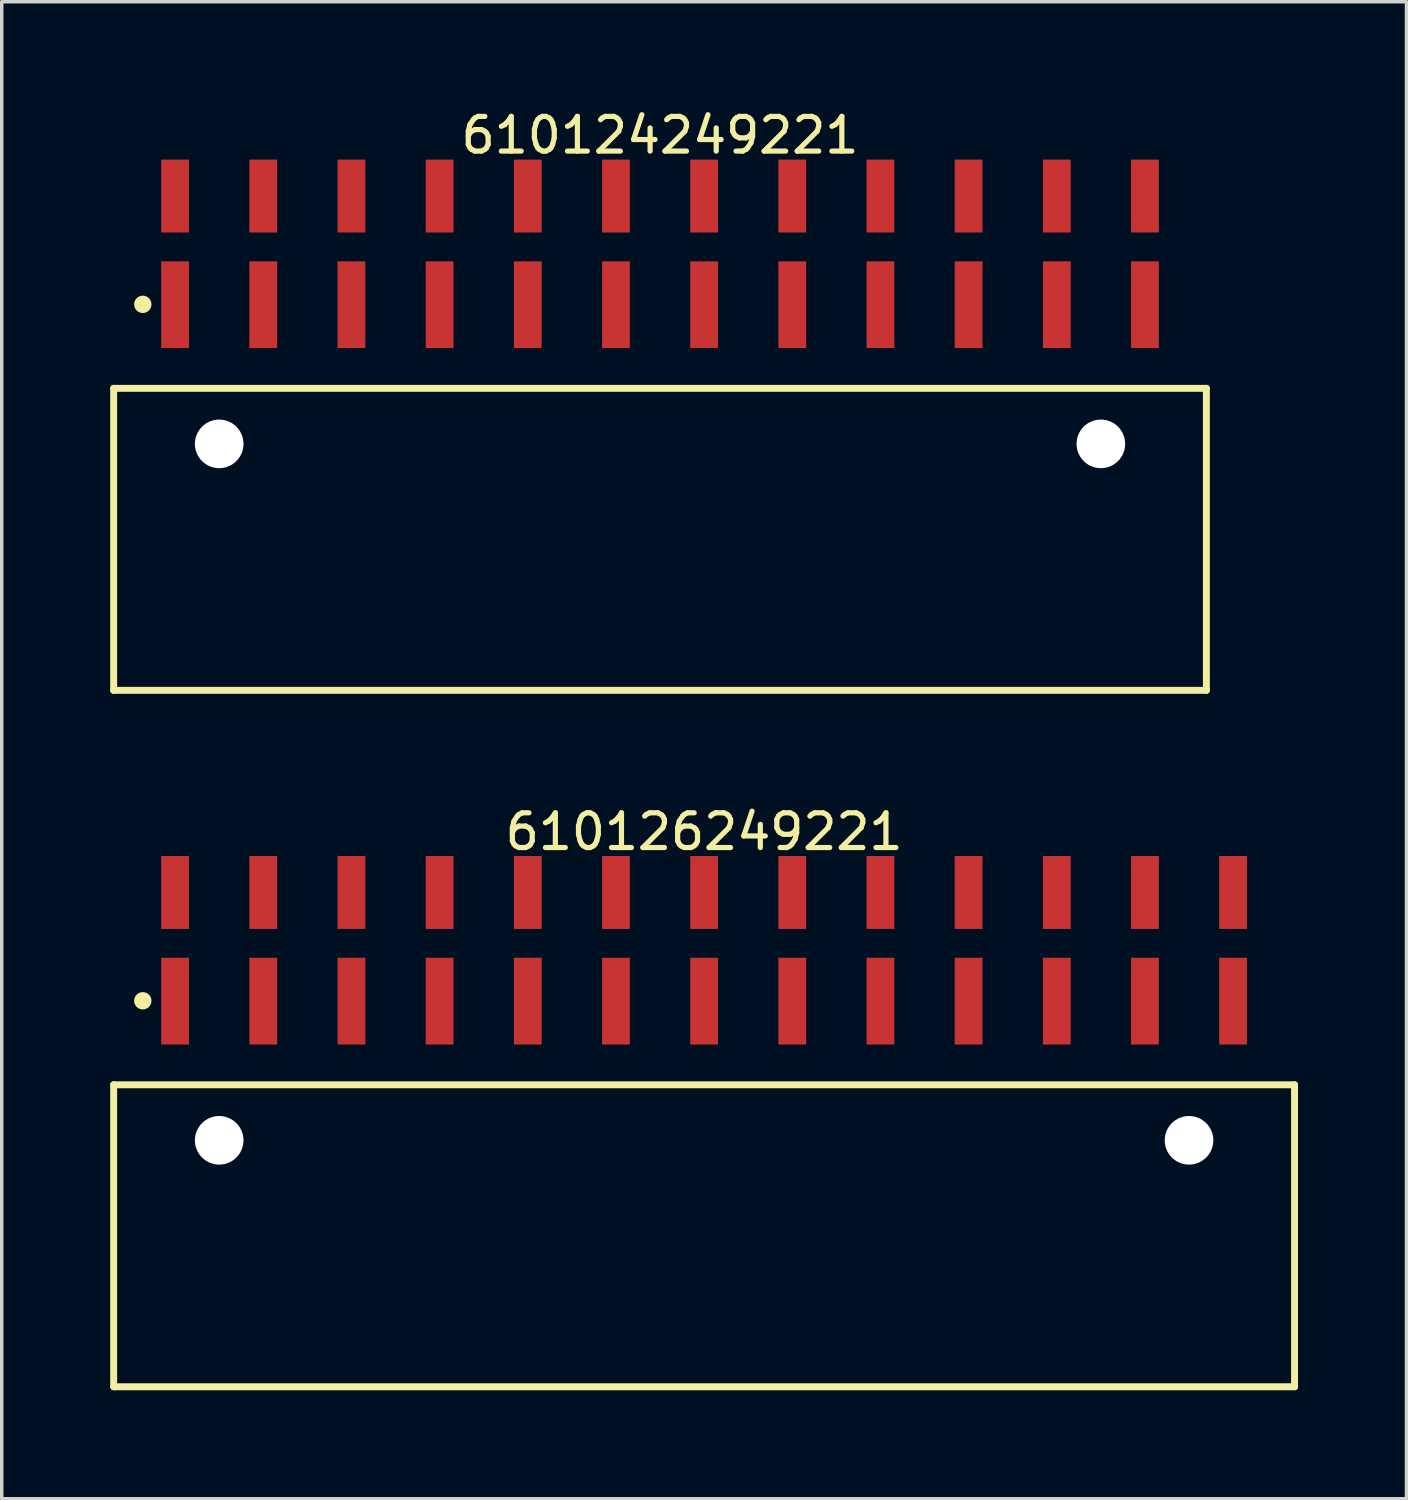
<source format=kicad_pcb>
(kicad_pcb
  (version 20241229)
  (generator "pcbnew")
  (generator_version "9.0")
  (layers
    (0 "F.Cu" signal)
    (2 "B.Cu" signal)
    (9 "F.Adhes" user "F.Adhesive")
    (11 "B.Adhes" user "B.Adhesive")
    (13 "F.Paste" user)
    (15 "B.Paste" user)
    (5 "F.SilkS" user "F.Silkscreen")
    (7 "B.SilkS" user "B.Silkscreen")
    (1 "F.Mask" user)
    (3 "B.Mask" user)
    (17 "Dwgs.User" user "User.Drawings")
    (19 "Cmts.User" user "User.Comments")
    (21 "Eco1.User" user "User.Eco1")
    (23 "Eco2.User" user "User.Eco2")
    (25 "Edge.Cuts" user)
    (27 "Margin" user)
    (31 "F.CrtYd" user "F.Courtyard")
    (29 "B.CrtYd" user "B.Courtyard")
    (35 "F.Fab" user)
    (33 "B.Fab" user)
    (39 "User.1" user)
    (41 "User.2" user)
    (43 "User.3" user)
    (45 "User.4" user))
  (footprint "610126249221"
    (layer "F.Cu")
    (at 17.235 32.552)
    (property "Reference" "610126249221" (at 0 -11.64 0) (layer "F.SilkS") (effects (font (size 1 1) (thickness 0.15))))
    (fp_line (start -17.01 -4.35) (end 17.01 -4.35) (stroke (width 0.2) (type solid)) (layer "F.SilkS"))
    (fp_line (start -17.01 4.35) (end -17.01 -4.35) (stroke (width 0.2) (type solid)) (layer "F.SilkS"))
    (fp_line (start -17.01 4.35) (end 17.01 4.35) (stroke (width 0.2) (type solid)) (layer "F.SilkS"))
    (fp_line (start 17.01 4.35) (end 17.01 -4.35) (stroke (width 0.2) (type solid)) (layer "F.SilkS"))
    (fp_circle (center -16.171 -6.77) (end -16.171 -6.895) (stroke (width 0.25) (type solid)) (fill no) (layer "F.SilkS"))
    (fp_line (start -17.21 -11.14) (end 17.21 -11.14) (stroke (width 0.05) (type solid)) (layer "Eco2.User"))
    (fp_line (start -17.21 4.55) (end -17.21 -11.14) (stroke (width 0.05) (type solid)) (layer "Eco2.User"))
    (fp_line (start -17.21 4.55) (end 17.21 4.55) (stroke (width 0.05) (type solid)) (layer "Eco2.User"))
    (fp_line (start -16.76 -4.25) (end 16.76 -4.25) (stroke (width 0.1) (type solid)) (layer "Eco2.User"))
    (fp_line (start -16.76 4.25) (end -16.76 -4.25) (stroke (width 0.1) (type solid)) (layer "Eco2.User"))
    (fp_line (start -16.76 4.25) (end 16.76 4.25) (stroke (width 0.1) (type solid)) (layer "Eco2.User"))
    (fp_line (start -15.56 -10.44) (end -14.92 -10.44) (stroke (width 0.1) (type solid)) (layer "Eco2.User"))
    (fp_line (start -15.56 -7.49) (end -14.92 -7.49) (stroke (width 0.1) (type solid)) (layer "Eco2.User"))
    (fp_line (start -15.56 -4.25) (end -15.56 -10.44) (stroke (width 0.1) (type solid)) (layer "Eco2.User"))
    (fp_line (start -14.92 -4.25) (end -14.92 -10.44) (stroke (width 0.1) (type solid)) (layer "Eco2.User"))
    (fp_line (start -13.02 -10.44) (end -12.38 -10.44) (stroke (width 0.1) (type solid)) (layer "Eco2.User"))
    (fp_line (start -13.02 -7.49) (end -12.38 -7.49) (stroke (width 0.1) (type solid)) (layer "Eco2.User"))
    (fp_line (start -13.02 -4.25) (end -13.02 -10.44) (stroke (width 0.1) (type solid)) (layer "Eco2.User"))
    (fp_line (start -12.38 -4.25) (end -12.38 -10.44) (stroke (width 0.1) (type solid)) (layer "Eco2.User"))
    (fp_line (start -10.48 -10.44) (end -9.84 -10.44) (stroke (width 0.1) (type solid)) (layer "Eco2.User"))
    (fp_line (start -10.48 -7.49) (end -9.84 -7.49) (stroke (width 0.1) (type solid)) (layer "Eco2.User"))
    (fp_line (start -10.48 -4.25) (end -10.48 -10.44) (stroke (width 0.1) (type solid)) (layer "Eco2.User"))
    (fp_line (start -9.84 -4.25) (end -9.84 -10.44) (stroke (width 0.1) (type solid)) (layer "Eco2.User"))
    (fp_line (start -7.94 -10.44) (end -7.3 -10.44) (stroke (width 0.1) (type solid)) (layer "Eco2.User"))
    (fp_line (start -7.94 -7.49) (end -7.3 -7.49) (stroke (width 0.1) (type solid)) (layer "Eco2.User"))
    (fp_line (start -7.94 -4.25) (end -7.94 -10.44) (stroke (width 0.1) (type solid)) (layer "Eco2.User"))
    (fp_line (start -7.3 -4.25) (end -7.3 -10.44) (stroke (width 0.1) (type solid)) (layer "Eco2.User"))
    (fp_line (start -5.4 -10.44) (end -4.76 -10.44) (stroke (width 0.1) (type solid)) (layer "Eco2.User"))
    (fp_line (start -5.4 -7.49) (end -4.76 -7.49) (stroke (width 0.1) (type solid)) (layer "Eco2.User"))
    (fp_line (start -5.4 -4.25) (end -5.4 -10.44) (stroke (width 0.1) (type solid)) (layer "Eco2.User"))
    (fp_line (start -4.76 -4.25) (end -4.76 -10.44) (stroke (width 0.1) (type solid)) (layer "Eco2.User"))
    (fp_line (start -2.86 -10.44) (end -2.22 -10.44) (stroke (width 0.1) (type solid)) (layer "Eco2.User"))
    (fp_line (start -2.86 -7.49) (end -2.22 -7.49) (stroke (width 0.1) (type solid)) (layer "Eco2.User"))
    (fp_line (start -2.86 -4.25) (end -2.86 -10.44) (stroke (width 0.1) (type solid)) (layer "Eco2.User"))
    (fp_line (start -2.22 -4.25) (end -2.22 -10.44) (stroke (width 0.1) (type solid)) (layer "Eco2.User"))
    (fp_line (start -0.5 0) (end 0.5 0) (stroke (width 0.05) (type solid)) (layer "Eco2.User"))
    (fp_line (start -0.32 -10.44) (end 0.32 -10.44) (stroke (width 0.1) (type solid)) (layer "Eco2.User"))
    (fp_line (start -0.32 -7.49) (end 0.32 -7.49) (stroke (width 0.1) (type solid)) (layer "Eco2.User"))
    (fp_line (start -0.32 -4.25) (end -0.32 -10.44) (stroke (width 0.1) (type solid)) (layer "Eco2.User"))
    (fp_line (start 0 0.5) (end 0 -0.5) (stroke (width 0.05) (type solid)) (layer "Eco2.User"))
    (fp_line (start 0.32 -4.25) (end 0.32 -10.44) (stroke (width 0.1) (type solid)) (layer "Eco2.User"))
    (fp_line (start 2.22 -10.44) (end 2.86 -10.44) (stroke (width 0.1) (type solid)) (layer "Eco2.User"))
    (fp_line (start 2.22 -7.49) (end 2.86 -7.49) (stroke (width 0.1) (type solid)) (layer "Eco2.User"))
    (fp_line (start 2.22 -4.25) (end 2.22 -10.44) (stroke (width 0.1) (type solid)) (layer "Eco2.User"))
    (fp_line (start 2.86 -4.25) (end 2.86 -10.44) (stroke (width 0.1) (type solid)) (layer "Eco2.User"))
    (fp_line (start 4.76 -10.44) (end 5.4 -10.44) (stroke (width 0.1) (type solid)) (layer "Eco2.User"))
    (fp_line (start 4.76 -7.49) (end 5.4 -7.49) (stroke (width 0.1) (type solid)) (layer "Eco2.User"))
    (fp_line (start 4.76 -4.25) (end 4.76 -10.44) (stroke (width 0.1) (type solid)) (layer "Eco2.User"))
    (fp_line (start 5.4 -4.25) (end 5.4 -10.44) (stroke (width 0.1) (type solid)) (layer "Eco2.User"))
    (fp_line (start 7.3 -10.44) (end 7.94 -10.44) (stroke (width 0.1) (type solid)) (layer "Eco2.User"))
    (fp_line (start 7.3 -7.49) (end 7.94 -7.49) (stroke (width 0.1) (type solid)) (layer "Eco2.User"))
    (fp_line (start 7.3 -4.25) (end 7.3 -10.44) (stroke (width 0.1) (type solid)) (layer "Eco2.User"))
    (fp_line (start 7.94 -4.25) (end 7.94 -10.44) (stroke (width 0.1) (type solid)) (layer "Eco2.User"))
    (fp_line (start 9.84 -10.44) (end 10.48 -10.44) (stroke (width 0.1) (type solid)) (layer "Eco2.User"))
    (fp_line (start 9.84 -7.49) (end 10.48 -7.49) (stroke (width 0.1) (type solid)) (layer "Eco2.User"))
    (fp_line (start 9.84 -4.25) (end 9.84 -10.44) (stroke (width 0.1) (type solid)) (layer "Eco2.User"))
    (fp_line (start 10.48 -4.25) (end 10.48 -10.44) (stroke (width 0.1) (type solid)) (layer "Eco2.User"))
    (fp_line (start 12.38 -10.44) (end 13.02 -10.44) (stroke (width 0.1) (type solid)) (layer "Eco2.User"))
    (fp_line (start 12.38 -7.49) (end 13.02 -7.49) (stroke (width 0.1) (type solid)) (layer "Eco2.User"))
    (fp_line (start 12.38 -4.25) (end 12.38 -10.44) (stroke (width 0.1) (type solid)) (layer "Eco2.User"))
    (fp_line (start 13.02 -4.25) (end 13.02 -10.44) (stroke (width 0.1) (type solid)) (layer "Eco2.User"))
    (fp_line (start 14.92 -10.44) (end 15.56 -10.44) (stroke (width 0.1) (type solid)) (layer "Eco2.User"))
    (fp_line (start 14.92 -7.49) (end 15.56 -7.49) (stroke (width 0.1) (type solid)) (layer "Eco2.User"))
    (fp_line (start 14.92 -4.25) (end 14.92 -10.44) (stroke (width 0.1) (type solid)) (layer "Eco2.User"))
    (fp_line (start 15.56 -4.25) (end 15.56 -10.44) (stroke (width 0.1) (type solid)) (layer "Eco2.User"))
    (fp_line (start 16.76 4.25) (end 16.76 -4.25) (stroke (width 0.1) (type solid)) (layer "Eco2.User"))
    (fp_line (start 17.21 4.55) (end 17.21 -11.14) (stroke (width 0.05) (type solid)) (layer "Eco2.User"))
    (fp_text user "${REFERENCE}" (at 0.15 -0.197 0) (unlocked yes) (layer "User.3") (effects (font (size 1.5 1.5) (thickness 0.15))))
    (pad "" np_thru_hole circle (at -13.97 -2.75) (size 1.4 1.4) (drill 1.4) (layers "*.Cu" "*.Mask"))
    (pad "" np_thru_hole circle (at 13.97 -2.75) (size 1.4 1.4) (drill 1.4) (layers "*.Cu" "*.Mask"))
    (pad "1" smd rect (at -15.24 -6.76) (size 0.8 2.5) (layers "F.Cu" "F.Mask" "F.Paste"))
    (pad "2" smd rect (at -15.24 -9.89) (size 0.8 2.1) (layers "F.Cu" "F.Mask" "F.Paste"))
    (pad "3" smd rect (at -12.7 -6.76) (size 0.8 2.5) (layers "F.Cu" "F.Mask" "F.Paste"))
    (pad "4" smd rect (at -12.7 -9.89) (size 0.8 2.1) (layers "F.Cu" "F.Mask" "F.Paste"))
    (pad "5" smd rect (at -10.16 -6.76) (size 0.8 2.5) (layers "F.Cu" "F.Mask" "F.Paste"))
    (pad "6" smd rect (at -10.16 -9.89) (size 0.8 2.1) (layers "F.Cu" "F.Mask" "F.Paste"))
    (pad "7" smd rect (at -7.62 -6.76) (size 0.8 2.5) (layers "F.Cu" "F.Mask" "F.Paste"))
    (pad "8" smd rect (at -7.62 -9.89) (size 0.8 2.1) (layers "F.Cu" "F.Mask" "F.Paste"))
    (pad "9" smd rect (at -5.08 -6.76) (size 0.8 2.5) (layers "F.Cu" "F.Mask" "F.Paste"))
    (pad "10" smd rect (at -5.08 -9.89) (size 0.8 2.1) (layers "F.Cu" "F.Mask" "F.Paste"))
    (pad "11" smd rect (at -2.54 -6.76) (size 0.8 2.5) (layers "F.Cu" "F.Mask" "F.Paste"))
    (pad "12" smd rect (at -2.54 -9.89) (size 0.8 2.1) (layers "F.Cu" "F.Mask" "F.Paste"))
    (pad "13" smd rect (at 0 -6.76) (size 0.8 2.5) (layers "F.Cu" "F.Mask" "F.Paste"))
    (pad "14" smd rect (at 0 -9.89) (size 0.8 2.1) (layers "F.Cu" "F.Mask" "F.Paste"))
    (pad "15" smd rect (at 2.54 -6.76) (size 0.8 2.5) (layers "F.Cu" "F.Mask" "F.Paste"))
    (pad "16" smd rect (at 2.54 -9.89) (size 0.8 2.1) (layers "F.Cu" "F.Mask" "F.Paste"))
    (pad "17" smd rect (at 5.08 -6.76) (size 0.8 2.5) (layers "F.Cu" "F.Mask" "F.Paste"))
    (pad "18" smd rect (at 5.08 -9.89) (size 0.8 2.1) (layers "F.Cu" "F.Mask" "F.Paste"))
    (pad "19" smd rect (at 7.62 -6.76) (size 0.8 2.5) (layers "F.Cu" "F.Mask" "F.Paste"))
    (pad "20" smd rect (at 7.62 -9.89) (size 0.8 2.1) (layers "F.Cu" "F.Mask" "F.Paste"))
    (pad "21" smd rect (at 10.16 -6.76) (size 0.8 2.5) (layers "F.Cu" "F.Mask" "F.Paste"))
    (pad "22" smd rect (at 10.16 -9.89) (size 0.8 2.1) (layers "F.Cu" "F.Mask" "F.Paste"))
    (pad "23" smd rect (at 12.7 -6.76) (size 0.8 2.5) (layers "F.Cu" "F.Mask" "F.Paste"))
    (pad "24" smd rect (at 12.7 -9.89) (size 0.8 2.1) (layers "F.Cu" "F.Mask" "F.Paste"))
    (pad "25" smd rect (at 15.24 -6.76) (size 0.8 2.5) (layers "F.Cu" "F.Mask" "F.Paste"))
    (pad "26" smd rect (at 15.24 -9.89) (size 0.8 2.1) (layers "F.Cu" "F.Mask" "F.Paste")))
  (footprint "610124249221"
    (layer "F.Cu")
    (at 15.965 12.488)
    (property "Reference" "610124249221" (at 0 -11.64 0) (layer "F.SilkS") (effects (font (size 1 1) (thickness 0.15))))
    (fp_line (start -15.74 -4.35) (end 15.74 -4.35) (stroke (width 0.2) (type solid)) (layer "F.SilkS"))
    (fp_line (start -15.74 4.35) (end -15.74 -4.35) (stroke (width 0.2) (type solid)) (layer "F.SilkS"))
    (fp_line (start -15.74 4.35) (end 15.74 4.35) (stroke (width 0.2) (type solid)) (layer "F.SilkS"))
    (fp_line (start 15.74 4.35) (end 15.74 -4.35) (stroke (width 0.2) (type solid)) (layer "F.SilkS"))
    (fp_circle (center -14.901 -6.77) (end -14.901 -6.895) (stroke (width 0.25) (type solid)) (fill no) (layer "F.SilkS"))
    (fp_line (start -15.94 -11.14) (end 15.94 -11.14) (stroke (width 0.05) (type solid)) (layer "Eco2.User"))
    (fp_line (start -15.94 4.55) (end -15.94 -11.14) (stroke (width 0.05) (type solid)) (layer "Eco2.User"))
    (fp_line (start -15.94 4.55) (end 15.94 4.55) (stroke (width 0.05) (type solid)) (layer "Eco2.User"))
    (fp_line (start -15.49 -4.25) (end 15.49 -4.25) (stroke (width 0.1) (type solid)) (layer "Eco2.User"))
    (fp_line (start -15.49 4.25) (end -15.49 -4.25) (stroke (width 0.1) (type solid)) (layer "Eco2.User"))
    (fp_line (start -15.49 4.25) (end 15.49 4.25) (stroke (width 0.1) (type solid)) (layer "Eco2.User"))
    (fp_line (start -14.29 -10.44) (end -13.65 -10.44) (stroke (width 0.1) (type solid)) (layer "Eco2.User"))
    (fp_line (start -14.29 -7.49) (end -13.65 -7.49) (stroke (width 0.1) (type solid)) (layer "Eco2.User"))
    (fp_line (start -14.29 -4.25) (end -14.29 -10.44) (stroke (width 0.1) (type solid)) (layer "Eco2.User"))
    (fp_line (start -13.65 -4.25) (end -13.65 -10.44) (stroke (width 0.1) (type solid)) (layer "Eco2.User"))
    (fp_line (start -11.75 -10.44) (end -11.11 -10.44) (stroke (width 0.1) (type solid)) (layer "Eco2.User"))
    (fp_line (start -11.75 -7.49) (end -11.11 -7.49) (stroke (width 0.1) (type solid)) (layer "Eco2.User"))
    (fp_line (start -11.75 -4.25) (end -11.75 -10.44) (stroke (width 0.1) (type solid)) (layer "Eco2.User"))
    (fp_line (start -11.11 -4.25) (end -11.11 -10.44) (stroke (width 0.1) (type solid)) (layer "Eco2.User"))
    (fp_line (start -9.21 -10.44) (end -8.57 -10.44) (stroke (width 0.1) (type solid)) (layer "Eco2.User"))
    (fp_line (start -9.21 -7.49) (end -8.57 -7.49) (stroke (width 0.1) (type solid)) (layer "Eco2.User"))
    (fp_line (start -9.21 -4.25) (end -9.21 -10.44) (stroke (width 0.1) (type solid)) (layer "Eco2.User"))
    (fp_line (start -8.57 -4.25) (end -8.57 -10.44) (stroke (width 0.1) (type solid)) (layer "Eco2.User"))
    (fp_line (start -6.67 -10.44) (end -6.03 -10.44) (stroke (width 0.1) (type solid)) (layer "Eco2.User"))
    (fp_line (start -6.67 -7.49) (end -6.03 -7.49) (stroke (width 0.1) (type solid)) (layer "Eco2.User"))
    (fp_line (start -6.67 -4.25) (end -6.67 -10.44) (stroke (width 0.1) (type solid)) (layer "Eco2.User"))
    (fp_line (start -6.03 -4.25) (end -6.03 -10.44) (stroke (width 0.1) (type solid)) (layer "Eco2.User"))
    (fp_line (start -4.13 -10.44) (end -3.49 -10.44) (stroke (width 0.1) (type solid)) (layer "Eco2.User"))
    (fp_line (start -4.13 -7.49) (end -3.49 -7.49) (stroke (width 0.1) (type solid)) (layer "Eco2.User"))
    (fp_line (start -4.13 -4.25) (end -4.13 -10.44) (stroke (width 0.1) (type solid)) (layer "Eco2.User"))
    (fp_line (start -3.49 -4.25) (end -3.49 -10.44) (stroke (width 0.1) (type solid)) (layer "Eco2.User"))
    (fp_line (start -1.59 -10.44) (end -0.95 -10.44) (stroke (width 0.1) (type solid)) (layer "Eco2.User"))
    (fp_line (start -1.59 -7.49) (end -0.95 -7.49) (stroke (width 0.1) (type solid)) (layer "Eco2.User"))
    (fp_line (start -1.59 -4.25) (end -1.59 -10.44) (stroke (width 0.1) (type solid)) (layer "Eco2.User"))
    (fp_line (start -0.95 -4.25) (end -0.95 -10.44) (stroke (width 0.1) (type solid)) (layer "Eco2.User"))
    (fp_line (start -0.5 0) (end 0.5 0) (stroke (width 0.05) (type solid)) (layer "Eco2.User"))
    (fp_line (start 0 0.5) (end 0 -0.5) (stroke (width 0.05) (type solid)) (layer "Eco2.User"))
    (fp_line (start 0.95 -10.44) (end 1.59 -10.44) (stroke (width 0.1) (type solid)) (layer "Eco2.User"))
    (fp_line (start 0.95 -7.49) (end 1.59 -7.49) (stroke (width 0.1) (type solid)) (layer "Eco2.User"))
    (fp_line (start 0.95 -4.25) (end 0.95 -10.44) (stroke (width 0.1) (type solid)) (layer "Eco2.User"))
    (fp_line (start 1.59 -4.25) (end 1.59 -10.44) (stroke (width 0.1) (type solid)) (layer "Eco2.User"))
    (fp_line (start 3.49 -10.44) (end 4.13 -10.44) (stroke (width 0.1) (type solid)) (layer "Eco2.User"))
    (fp_line (start 3.49 -7.49) (end 4.13 -7.49) (stroke (width 0.1) (type solid)) (layer "Eco2.User"))
    (fp_line (start 3.49 -4.25) (end 3.49 -10.44) (stroke (width 0.1) (type solid)) (layer "Eco2.User"))
    (fp_line (start 4.13 -4.25) (end 4.13 -10.44) (stroke (width 0.1) (type solid)) (layer "Eco2.User"))
    (fp_line (start 6.03 -10.44) (end 6.67 -10.44) (stroke (width 0.1) (type solid)) (layer "Eco2.User"))
    (fp_line (start 6.03 -7.49) (end 6.67 -7.49) (stroke (width 0.1) (type solid)) (layer "Eco2.User"))
    (fp_line (start 6.03 -4.25) (end 6.03 -10.44) (stroke (width 0.1) (type solid)) (layer "Eco2.User"))
    (fp_line (start 6.67 -4.25) (end 6.67 -10.44) (stroke (width 0.1) (type solid)) (layer "Eco2.User"))
    (fp_line (start 8.57 -10.44) (end 9.21 -10.44) (stroke (width 0.1) (type solid)) (layer "Eco2.User"))
    (fp_line (start 8.57 -7.49) (end 9.21 -7.49) (stroke (width 0.1) (type solid)) (layer "Eco2.User"))
    (fp_line (start 8.57 -4.25) (end 8.57 -10.44) (stroke (width 0.1) (type solid)) (layer "Eco2.User"))
    (fp_line (start 9.21 -4.25) (end 9.21 -10.44) (stroke (width 0.1) (type solid)) (layer "Eco2.User"))
    (fp_line (start 11.11 -10.44) (end 11.75 -10.44) (stroke (width 0.1) (type solid)) (layer "Eco2.User"))
    (fp_line (start 11.11 -7.49) (end 11.75 -7.49) (stroke (width 0.1) (type solid)) (layer "Eco2.User"))
    (fp_line (start 11.11 -4.25) (end 11.11 -10.44) (stroke (width 0.1) (type solid)) (layer "Eco2.User"))
    (fp_line (start 11.75 -4.25) (end 11.75 -10.44) (stroke (width 0.1) (type solid)) (layer "Eco2.User"))
    (fp_line (start 13.65 -10.44) (end 14.29 -10.44) (stroke (width 0.1) (type solid)) (layer "Eco2.User"))
    (fp_line (start 13.65 -7.49) (end 14.29 -7.49) (stroke (width 0.1) (type solid)) (layer "Eco2.User"))
    (fp_line (start 13.65 -4.25) (end 13.65 -10.44) (stroke (width 0.1) (type solid)) (layer "Eco2.User"))
    (fp_line (start 14.29 -4.25) (end 14.29 -10.44) (stroke (width 0.1) (type solid)) (layer "Eco2.User"))
    (fp_line (start 15.49 4.25) (end 15.49 -4.25) (stroke (width 0.1) (type solid)) (layer "Eco2.User"))
    (fp_line (start 15.94 4.55) (end 15.94 -11.14) (stroke (width 0.05) (type solid)) (layer "Eco2.User"))
    (fp_text user "${REFERENCE}" (at 0.15 -0.197 0) (unlocked yes) (layer "User.3") (effects (font (size 1.5 1.5) (thickness 0.15))))
    (pad "" np_thru_hole circle (at -12.7 -2.75) (size 1.4 1.4) (drill 1.4) (layers "*.Cu" "*.Mask"))
    (pad "" np_thru_hole circle (at 12.7 -2.75) (size 1.4 1.4) (drill 1.4) (layers "*.Cu" "*.Mask"))
    (pad "1" smd rect (at -13.97 -6.76) (size 0.8 2.5) (layers "F.Cu" "F.Mask" "F.Paste"))
    (pad "2" smd rect (at -13.97 -9.89) (size 0.8 2.1) (layers "F.Cu" "F.Mask" "F.Paste"))
    (pad "3" smd rect (at -11.43 -6.76) (size 0.8 2.5) (layers "F.Cu" "F.Mask" "F.Paste"))
    (pad "4" smd rect (at -11.43 -9.89) (size 0.8 2.1) (layers "F.Cu" "F.Mask" "F.Paste"))
    (pad "5" smd rect (at -8.89 -6.76) (size 0.8 2.5) (layers "F.Cu" "F.Mask" "F.Paste"))
    (pad "6" smd rect (at -8.89 -9.89) (size 0.8 2.1) (layers "F.Cu" "F.Mask" "F.Paste"))
    (pad "7" smd rect (at -6.35 -6.76) (size 0.8 2.5) (layers "F.Cu" "F.Mask" "F.Paste"))
    (pad "8" smd rect (at -6.35 -9.89) (size 0.8 2.1) (layers "F.Cu" "F.Mask" "F.Paste"))
    (pad "9" smd rect (at -3.81 -6.76) (size 0.8 2.5) (layers "F.Cu" "F.Mask" "F.Paste"))
    (pad "10" smd rect (at -3.81 -9.89) (size 0.8 2.1) (layers "F.Cu" "F.Mask" "F.Paste"))
    (pad "11" smd rect (at -1.27 -6.76) (size 0.8 2.5) (layers "F.Cu" "F.Mask" "F.Paste"))
    (pad "12" smd rect (at -1.27 -9.89) (size 0.8 2.1) (layers "F.Cu" "F.Mask" "F.Paste"))
    (pad "13" smd rect (at 1.27 -6.76) (size 0.8 2.5) (layers "F.Cu" "F.Mask" "F.Paste"))
    (pad "14" smd rect (at 1.27 -9.89) (size 0.8 2.1) (layers "F.Cu" "F.Mask" "F.Paste"))
    (pad "15" smd rect (at 3.81 -6.76) (size 0.8 2.5) (layers "F.Cu" "F.Mask" "F.Paste"))
    (pad "16" smd rect (at 3.81 -9.89) (size 0.8 2.1) (layers "F.Cu" "F.Mask" "F.Paste"))
    (pad "17" smd rect (at 6.35 -6.76) (size 0.8 2.5) (layers "F.Cu" "F.Mask" "F.Paste"))
    (pad "18" smd rect (at 6.35 -9.89) (size 0.8 2.1) (layers "F.Cu" "F.Mask" "F.Paste"))
    (pad "19" smd rect (at 8.89 -6.76) (size 0.8 2.5) (layers "F.Cu" "F.Mask" "F.Paste"))
    (pad "20" smd rect (at 8.89 -9.89) (size 0.8 2.1) (layers "F.Cu" "F.Mask" "F.Paste"))
    (pad "21" smd rect (at 11.43 -6.76) (size 0.8 2.5) (layers "F.Cu" "F.Mask" "F.Paste"))
    (pad "22" smd rect (at 11.43 -9.89) (size 0.8 2.1) (layers "F.Cu" "F.Mask" "F.Paste"))
    (pad "23" smd rect (at 13.97 -6.76) (size 0.8 2.5) (layers "F.Cu" "F.Mask" "F.Paste"))
    (pad "24" smd rect (at 13.97 -9.89) (size 0.8 2.1) (layers "F.Cu" "F.Mask" "F.Paste")))
  (gr_rect
    (start -3 -3)
    (end 37.47 40.127)
    (stroke (width 0.1) (type default))
    (fill no)
    (layer "Edge.Cuts")))
</source>
